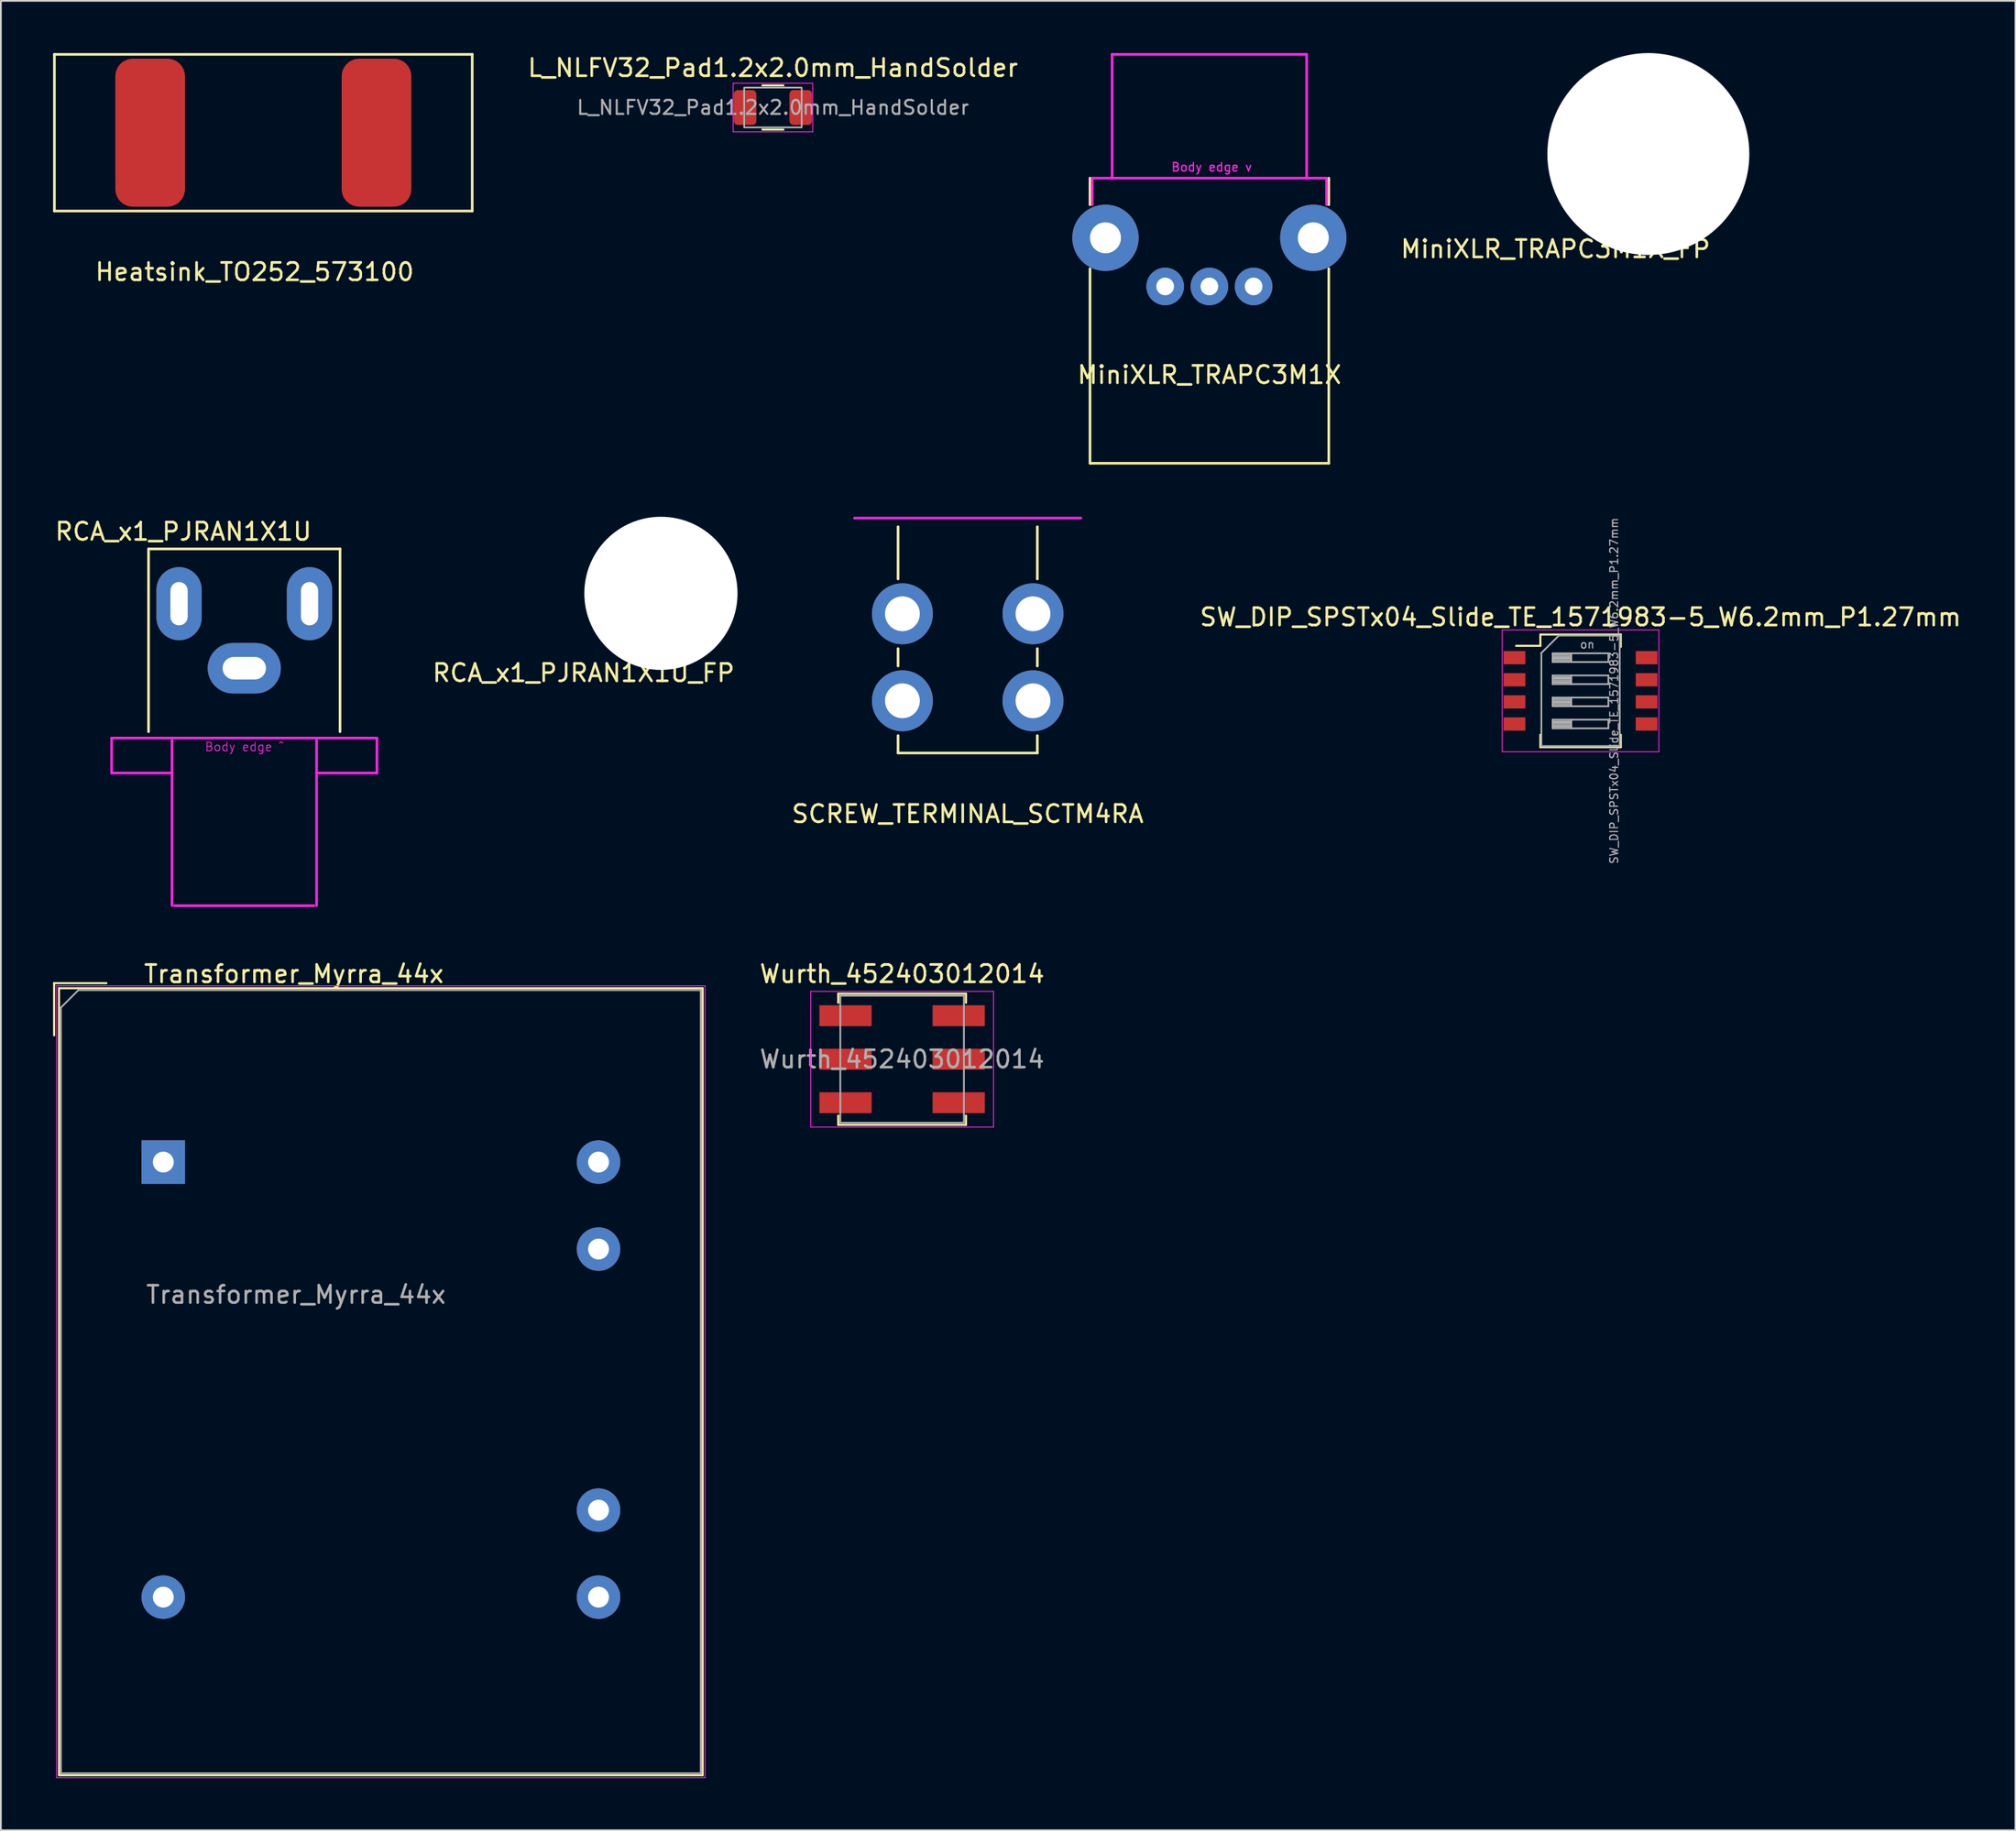
<source format=kicad_pcb>
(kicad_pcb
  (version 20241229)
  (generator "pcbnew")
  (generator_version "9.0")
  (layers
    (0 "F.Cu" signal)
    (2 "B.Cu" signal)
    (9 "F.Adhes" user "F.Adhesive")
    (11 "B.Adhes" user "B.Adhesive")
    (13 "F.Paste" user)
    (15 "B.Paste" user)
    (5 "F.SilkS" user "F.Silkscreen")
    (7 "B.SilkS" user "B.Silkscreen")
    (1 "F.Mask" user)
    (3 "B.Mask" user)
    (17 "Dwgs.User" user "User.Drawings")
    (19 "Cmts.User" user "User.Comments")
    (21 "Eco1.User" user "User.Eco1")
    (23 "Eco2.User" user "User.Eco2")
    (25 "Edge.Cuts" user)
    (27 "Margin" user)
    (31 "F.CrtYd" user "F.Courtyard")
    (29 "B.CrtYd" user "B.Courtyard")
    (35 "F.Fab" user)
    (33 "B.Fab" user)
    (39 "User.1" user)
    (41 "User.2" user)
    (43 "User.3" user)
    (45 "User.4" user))
  (footprint "SW_DIP_SPSTx04_Slide_TE_1571983-5_W6.2mm_P1.27mm"
    (layer "F.Cu")
    (at 87.736 36.647)
    (property "Reference" "SW_DIP_SPSTx04_Slide_TE_1571983-5_W6.2mm_P1.27mm" (at 0 -4.235 0) (layer "F.SilkS") (effects (font (size 1 1) (thickness 0.15))))
    (attr smd)
    (fp_line (start -3.7 -2.585) (end -2.309 -2.585) (stroke (width 0.12) (type solid)) (layer "F.SilkS"))
    (fp_line (start -2.309 -3.235) (end -2.309 -2.585) (stroke (width 0.12) (type solid)) (layer "F.SilkS"))
    (fp_line (start -2.309 -3.235) (end 2.31 -3.235) (stroke (width 0.12) (type solid)) (layer "F.SilkS"))
    (fp_line (start -2.309 2.525) (end -2.309 3.235) (stroke (width 0.12) (type solid)) (layer "F.SilkS"))
    (fp_line (start -2.309 3.235) (end 2.31 3.235) (stroke (width 0.12) (type solid)) (layer "F.SilkS"))
    (fp_line (start 2.31 -3.235) (end 2.31 -2.525) (stroke (width 0.12) (type solid)) (layer "F.SilkS"))
    (fp_line (start 2.31 2.525) (end 2.31 3.235) (stroke (width 0.12) (type solid)) (layer "F.SilkS"))
    (fp_line (start -4.5 -3.5) (end -4.5 3.5) (stroke (width 0.05) (type solid)) (layer "F.CrtYd"))
    (fp_line (start -4.5 3.5) (end 4.5 3.5) (stroke (width 0.05) (type solid)) (layer "F.CrtYd"))
    (fp_line (start 4.5 -3.5) (end -4.5 -3.5) (stroke (width 0.05) (type solid)) (layer "F.CrtYd"))
    (fp_line (start 4.5 3.5) (end 4.5 -3.5) (stroke (width 0.05) (type solid)) (layer "F.CrtYd"))
    (fp_line (start -2.25 -2.175) (end -1.25 -3.175) (stroke (width 0.1) (type solid)) (layer "F.Fab"))
    (fp_line (start -2.25 3.175) (end -2.25 -2.175) (stroke (width 0.1) (type solid)) (layer "F.Fab"))
    (fp_line (start -1.6 -2.155) (end -1.6 -1.655) (stroke (width 0.1) (type solid)) (layer "F.Fab"))
    (fp_line (start -1.6 -2.055) (end -0.533 -2.055) (stroke (width 0.1) (type solid)) (layer "F.Fab"))
    (fp_line (start -1.6 -1.955) (end -0.533 -1.955) (stroke (width 0.1) (type solid)) (layer "F.Fab"))
    (fp_line (start -1.6 -1.855) (end -0.533 -1.855) (stroke (width 0.1) (type solid)) (layer "F.Fab"))
    (fp_line (start -1.6 -1.755) (end -0.533 -1.755) (stroke (width 0.1) (type solid)) (layer "F.Fab"))
    (fp_line (start -1.6 -1.655) (end 1.6 -1.655) (stroke (width 0.1) (type solid)) (layer "F.Fab"))
    (fp_line (start -1.6 -0.885) (end -1.6 -0.385) (stroke (width 0.1) (type solid)) (layer "F.Fab"))
    (fp_line (start -1.6 -0.785) (end -0.533 -0.785) (stroke (width 0.1) (type solid)) (layer "F.Fab"))
    (fp_line (start -1.6 -0.685) (end -0.533 -0.685) (stroke (width 0.1) (type solid)) (layer "F.Fab"))
    (fp_line (start -1.6 -0.585) (end -0.533 -0.585) (stroke (width 0.1) (type solid)) (layer "F.Fab"))
    (fp_line (start -1.6 -0.485) (end -0.533 -0.485) (stroke (width 0.1) (type solid)) (layer "F.Fab"))
    (fp_line (start -1.6 -0.385) (end 1.6 -0.385) (stroke (width 0.1) (type solid)) (layer "F.Fab"))
    (fp_line (start -1.6 0.385) (end -1.6 0.885) (stroke (width 0.1) (type solid)) (layer "F.Fab"))
    (fp_line (start -1.6 0.485) (end -0.533 0.485) (stroke (width 0.1) (type solid)) (layer "F.Fab"))
    (fp_line (start -1.6 0.585) (end -0.533 0.585) (stroke (width 0.1) (type solid)) (layer "F.Fab"))
    (fp_line (start -1.6 0.685) (end -0.533 0.685) (stroke (width 0.1) (type solid)) (layer "F.Fab"))
    (fp_line (start -1.6 0.785) (end -0.533 0.785) (stroke (width 0.1) (type solid)) (layer "F.Fab"))
    (fp_line (start -1.6 0.885) (end 1.6 0.885) (stroke (width 0.1) (type solid)) (layer "F.Fab"))
    (fp_line (start -1.6 1.655) (end -1.6 2.155) (stroke (width 0.1) (type solid)) (layer "F.Fab"))
    (fp_line (start -1.6 1.755) (end -0.533 1.755) (stroke (width 0.1) (type solid)) (layer "F.Fab"))
    (fp_line (start -1.6 1.855) (end -0.533 1.855) (stroke (width 0.1) (type solid)) (layer "F.Fab"))
    (fp_line (start -1.6 1.955) (end -0.533 1.955) (stroke (width 0.1) (type solid)) (layer "F.Fab"))
    (fp_line (start -1.6 2.055) (end -0.533 2.055) (stroke (width 0.1) (type solid)) (layer "F.Fab"))
    (fp_line (start -1.6 2.155) (end 1.6 2.155) (stroke (width 0.1) (type solid)) (layer "F.Fab"))
    (fp_line (start -1.25 -3.175) (end 2.25 -3.175) (stroke (width 0.1) (type solid)) (layer "F.Fab"))
    (fp_line (start -0.533 -2.155) (end -0.533 -1.655) (stroke (width 0.1) (type solid)) (layer "F.Fab"))
    (fp_line (start -0.533 -0.885) (end -0.533 -0.385) (stroke (width 0.1) (type solid)) (layer "F.Fab"))
    (fp_line (start -0.533 0.385) (end -0.533 0.885) (stroke (width 0.1) (type solid)) (layer "F.Fab"))
    (fp_line (start -0.533 1.655) (end -0.533 2.155) (stroke (width 0.1) (type solid)) (layer "F.Fab"))
    (fp_line (start 1.6 -2.155) (end -1.6 -2.155) (stroke (width 0.1) (type solid)) (layer "F.Fab"))
    (fp_line (start 1.6 -1.655) (end 1.6 -2.155) (stroke (width 0.1) (type solid)) (layer "F.Fab"))
    (fp_line (start 1.6 -0.885) (end -1.6 -0.885) (stroke (width 0.1) (type solid)) (layer "F.Fab"))
    (fp_line (start 1.6 -0.385) (end 1.6 -0.885) (stroke (width 0.1) (type solid)) (layer "F.Fab"))
    (fp_line (start 1.6 0.385) (end -1.6 0.385) (stroke (width 0.1) (type solid)) (layer "F.Fab"))
    (fp_line (start 1.6 0.885) (end 1.6 0.385) (stroke (width 0.1) (type solid)) (layer "F.Fab"))
    (fp_line (start 1.6 1.655) (end -1.6 1.655) (stroke (width 0.1) (type solid)) (layer "F.Fab"))
    (fp_line (start 1.6 2.155) (end 1.6 1.655) (stroke (width 0.1) (type solid)) (layer "F.Fab"))
    (fp_line (start 2.25 -3.175) (end 2.25 3.175) (stroke (width 0.1) (type solid)) (layer "F.Fab"))
    (fp_line (start 2.25 3.175) (end -2.25 3.175) (stroke (width 0.1) (type solid)) (layer "F.Fab"))
    (fp_text user "${REFERENCE}" (at 1.925 0 90) (layer "F.Fab") (effects (font (size 0.455 0.455) (thickness 0.068))))
    (fp_text user "on" (at 0.388 -2.665 0) (layer "F.Fab") (effects (font (size 0.455 0.455) (thickness 0.068))))
    (pad "1" smd rect (at -3.795 -1.905) (size 1.25 0.76) (layers "F.Cu" "F.Mask" "F.Paste"))
    (pad "2" smd rect (at -3.795 -0.635) (size 1.25 0.76) (layers "F.Cu" "F.Mask" "F.Paste"))
    (pad "3" smd rect (at -3.795 0.635) (size 1.25 0.76) (layers "F.Cu" "F.Mask" "F.Paste"))
    (pad "4" smd rect (at -3.795 1.905) (size 1.25 0.76) (layers "F.Cu" "F.Mask" "F.Paste"))
    (pad "5" smd rect (at 3.795 1.905) (size 1.25 0.76) (layers "F.Cu" "F.Mask" "F.Paste"))
    (pad "6" smd rect (at 3.795 0.635) (size 1.25 0.76) (layers "F.Cu" "F.Mask" "F.Paste"))
    (pad "7" smd rect (at 3.795 -0.635) (size 1.25 0.76) (layers "F.Cu" "F.Mask" "F.Paste"))
    (pad "8" smd rect (at 3.795 -1.905) (size 1.25 0.76) (layers "F.Cu" "F.Mask" "F.Paste")))
  (footprint "Transformer_Myrra_44x"
    (layer "F.Cu")
    (at 6.33 63.727)
    (property "Reference" "Transformer_Myrra_44x" (at 7.5 -10.81 0) (layer "F.SilkS") (effects (font (size 1 1) (thickness 0.15))))
    (attr through_hole)
    (fp_line (start -6.27 -10.28) (end -6.27 -7.28) (stroke (width 0.12) (type solid)) (layer "F.SilkS"))
    (fp_line (start -5.99 -9.99) (end -5.99 35.23) (stroke (width 0.12) (type solid)) (layer "F.SilkS"))
    (fp_line (start -5.99 35.23) (end 30.98 35.23) (stroke (width 0.12) (type solid)) (layer "F.SilkS"))
    (fp_line (start -3.27 -10.28) (end -6.27 -10.28) (stroke (width 0.12) (type solid)) (layer "F.SilkS"))
    (fp_line (start 30.98 -9.99) (end -5.99 -9.99) (stroke (width 0.12) (type solid)) (layer "F.SilkS"))
    (fp_line (start 30.98 35.23) (end 30.98 -9.99) (stroke (width 0.12) (type solid)) (layer "F.SilkS"))
    (fp_line (start -6.13 -10.13) (end -6.13 35.37) (stroke (width 0.05) (type solid)) (layer "F.CrtYd"))
    (fp_line (start -6.13 35.37) (end 31.12 35.37) (stroke (width 0.05) (type solid)) (layer "F.CrtYd"))
    (fp_line (start 31.12 -10.13) (end -6.13 -10.13) (stroke (width 0.05) (type solid)) (layer "F.CrtYd"))
    (fp_line (start 31.12 35.37) (end 31.12 -10.13) (stroke (width 0.05) (type solid)) (layer "F.CrtYd"))
    (fp_line (start -5.88 35.12) (end -5.88 -8.88) (stroke (width 0.1) (type solid)) (layer "F.Fab"))
    (fp_line (start -4.88 -9.88) (end -5.88 -8.88) (stroke (width 0.1) (type solid)) (layer "F.Fab"))
    (fp_line (start -4.88 -9.88) (end 30.87 -9.88) (stroke (width 0.1) (type solid)) (layer "F.Fab"))
    (fp_line (start 30.87 -9.88) (end 30.87 35.12) (stroke (width 0.1) (type solid)) (layer "F.Fab"))
    (fp_line (start 30.87 35.12) (end -5.88 35.12) (stroke (width 0.1) (type solid)) (layer "F.Fab"))
    (fp_text user "${REFERENCE}" (at 7.62 7.62 0) (layer "F.Fab") (effects (font (size 1 1) (thickness 0.15))))
    (pad "1" thru_hole rect (at 0 0) (size 2.5 2.5) (drill 1.2) (layers "*.Cu" "*.Mask"))
    (pad "5" thru_hole circle (at 0 25) (size 2.5 2.5) (drill 1.2) (layers "*.Cu" "*.Mask"))
    (pad "6" thru_hole circle (at 25 25) (size 2.5 2.5) (drill 1.2) (layers "*.Cu" "*.Mask"))
    (pad "7" thru_hole circle (at 25 20) (size 2.5 2.5) (drill 1.2) (layers "*.Cu" "*.Mask"))
    (pad "9" thru_hole circle (at 25 5) (size 2.5 2.5) (drill 1.2) (layers "*.Cu" "*.Mask"))
    (pad "10" thru_hole circle (at 25 0) (size 2.5 2.5) (drill 1.2) (layers "*.Cu" "*.Mask")))
  (footprint "SCREW_TERMINAL_SCTM4RA"
    (layer "F.Cu")
    (at 52.534 37.22)
    (property "Reference" "SCREW_TERMINAL_SCTM4RA" (at 0 6.5 0) (layer "F.SilkS") (effects (font (size 1 1) (thickness 0.15))))
    (attr through_hole)
    (fp_line (start -4 -7) (end -4 -10) (stroke (width 0.15) (type solid)) (layer "F.SilkS"))
    (fp_line (start -4 -2) (end -4 -3) (stroke (width 0.15) (type solid)) (layer "F.SilkS"))
    (fp_line (start -4 2) (end -4 3) (stroke (width 0.15) (type solid)) (layer "F.SilkS"))
    (fp_line (start -4 3) (end 4 3) (stroke (width 0.15) (type solid)) (layer "F.SilkS"))
    (fp_line (start 4 -7) (end 4 -10) (stroke (width 0.15) (type solid)) (layer "F.SilkS"))
    (fp_line (start 4 -2) (end 4 -3) (stroke (width 0.15) (type solid)) (layer "F.SilkS"))
    (fp_line (start 4 3) (end 4 2) (stroke (width 0.15) (type solid)) (layer "F.SilkS"))
    (fp_line (start -6.5 -10.5) (end 6.5 -10.5) (stroke (width 0.15) (type solid)) (layer "F.CrtYd"))
    (pad "1" thru_hole circle (at -3.75 -5) (size 3.5 3.5) (drill 2) (layers "*.Cu" "*.Mask"))
    (pad "1" thru_hole circle (at -3.75 0) (size 3.5 3.5) (drill 2) (layers "*.Cu" "*.Mask"))
    (pad "1" thru_hole circle (at 3.75 -5) (size 3.5 3.5) (drill 2) (layers "*.Cu" "*.Mask"))
    (pad "1" thru_hole circle (at 3.75 0) (size 3.5 3.5) (drill 2) (layers "*.Cu" "*.Mask")))
  (footprint "Wurth_452403012014"
    (layer "F.Cu")
    (at 48.767 57.816)
    (property "Reference" "Wurth_452403012014" (at 0 -4.9 0) (layer "F.SilkS") (effects (font (size 1 1) (thickness 0.15))))
    (attr smd)
    (fp_line (start -3.67 -3.77) (end 3.67 -3.77) (stroke (width 0.12) (type solid)) (layer "F.SilkS"))
    (fp_line (start -3.67 -3.24) (end -3.67 -3.77) (stroke (width 0.12) (type solid)) (layer "F.SilkS"))
    (fp_line (start -3.67 3.24) (end -3.67 3.77) (stroke (width 0.12) (type solid)) (layer "F.SilkS"))
    (fp_line (start -3.67 3.77) (end 3.67 3.77) (stroke (width 0.12) (type solid)) (layer "F.SilkS"))
    (fp_line (start 3.67 -3.77) (end 3.67 -3.24) (stroke (width 0.12) (type solid)) (layer "F.SilkS"))
    (fp_line (start 3.67 3.77) (end 3.67 3.24) (stroke (width 0.12) (type solid)) (layer "F.SilkS"))
    (fp_line (start -5.25 -3.9) (end -5.25 3.9) (stroke (width 0.05) (type solid)) (layer "F.CrtYd"))
    (fp_line (start -5.25 3.9) (end 5.25 3.9) (stroke (width 0.05) (type solid)) (layer "F.CrtYd"))
    (fp_line (start 5.25 -3.9) (end -5.25 -3.9) (stroke (width 0.05) (type solid)) (layer "F.CrtYd"))
    (fp_line (start 5.25 3.9) (end 5.25 -3.9) (stroke (width 0.05) (type solid)) (layer "F.CrtYd"))
    (fp_line (start -3.55 -3.65) (end 3.55 -3.65) (stroke (width 0.1) (type solid)) (layer "F.Fab"))
    (fp_line (start -3.55 3.65) (end -3.55 -3.65) (stroke (width 0.1) (type solid)) (layer "F.Fab"))
    (fp_line (start 3.55 -3.65) (end 3.55 3.65) (stroke (width 0.1) (type solid)) (layer "F.Fab"))
    (fp_line (start 3.55 3.65) (end -3.55 3.65) (stroke (width 0.1) (type solid)) (layer "F.Fab"))
    (fp_text user "${REFERENCE}" (at 0 0 0) (layer "F.Fab") (effects (font (size 1 1) (thickness 0.15))))
    (pad "1" smd rect (at -3.25 2.5) (size 3 1.2) (layers "F.Cu" "F.Mask" "F.Paste"))
    (pad "2" smd rect (at -3.25 0) (size 3 1.2) (layers "F.Cu" "F.Mask" "F.Paste"))
    (pad "3" smd rect (at -3.25 -2.5) (size 3 1.2) (layers "F.Cu" "F.Mask" "F.Paste"))
    (pad "4" smd rect (at 3.25 2.5) (size 3 1.2) (layers "F.Cu" "F.Mask" "F.Paste"))
    (pad "5" smd rect (at 3.25 0) (size 3 1.2) (layers "F.Cu" "F.Mask" "F.Paste"))
    (pad "6" smd rect (at 3.25 -2.5) (size 3 1.2) (layers "F.Cu" "F.Mask" "F.Paste")))
  (footprint "MiniXLR_TRAPC3M1X_FP"
    (layer "F.Cu")
    (at 91.631 5.8)
    (property "Reference" "MiniXLR_TRAPC3M1X_FP" (at -5.334 5.461 0) (layer "F.SilkS") (effects (font (size 1 1) (thickness 0.15))))
    (attr through_hole)
    (pad "" np_thru_hole circle (at 0 0) (size 11.6 11.6) (drill 11.6) (layers "*.Cu" "*.Mask")))
  (footprint "Heatsink_TO252_573100"
    (layer "F.Cu")
    (at 12.075 4.575)
    (property "Reference" "Heatsink_TO252_573100" (at -0.5 8 0) (layer "F.SilkS") (effects (font (size 1 1) (thickness 0.15))))
    (attr through_hole)
    (fp_line (start -12 -4.5) (end 12 -4.5) (stroke (width 0.15) (type solid)) (layer "F.SilkS"))
    (fp_line (start -12 4.5) (end -12 -4.5) (stroke (width 0.15) (type solid)) (layer "F.SilkS"))
    (fp_line (start 12 -4.5) (end 12 4.5) (stroke (width 0.15) (type solid)) (layer "F.SilkS"))
    (fp_line (start 12 4.5) (end -12 4.5) (stroke (width 0.15) (type solid)) (layer "F.SilkS"))
    (pad "1" smd roundrect (at -6.5 0) (size 4 8.5) (layers "F.Cu" "F.Mask" "F.Paste") (roundrect_rratio 0.25))
    (pad "1" smd roundrect (at 6.5 0) (size 4 8.5) (layers "F.Cu" "F.Mask" "F.Paste") (roundrect_rratio 0.25)))
  (footprint "L_NLFV32_Pad1.2x2.0mm_HandSolder"
    (layer "F.Cu")
    (at 41.346 3.128)
    (property "Reference" "L_NLFV32_Pad1.2x2.0mm_HandSolder" (at 0 -2.28 0) (layer "F.SilkS") (effects (font (size 1 1) (thickness 0.15))))
    (attr smd)
    (fp_line (start -0.602 -1.27) (end 0.602 -1.27) (stroke (width 0.12) (type solid)) (layer "F.SilkS"))
    (fp_line (start -0.602 1.27) (end 0.602 1.27) (stroke (width 0.12) (type solid)) (layer "F.SilkS"))
    (fp_line (start -2.286 -1.397) (end 2.286 -1.397) (stroke (width 0.05) (type solid)) (layer "F.CrtYd"))
    (fp_line (start -2.286 1.397) (end -2.286 -1.397) (stroke (width 0.05) (type solid)) (layer "F.CrtYd"))
    (fp_line (start 2.286 -1.397) (end 2.286 1.397) (stroke (width 0.05) (type solid)) (layer "F.CrtYd"))
    (fp_line (start 2.286 1.397) (end -2.286 1.397) (stroke (width 0.05) (type solid)) (layer "F.CrtYd"))
    (fp_line (start -1.651 1.143) (end -1.651 -1.143) (stroke (width 0.1) (type solid)) (layer "F.Fab"))
    (fp_line (start -1.6 -1.143) (end 1.6 -1.143) (stroke (width 0.1) (type solid)) (layer "F.Fab"))
    (fp_line (start 1.6 1.143) (end -1.6 1.143) (stroke (width 0.1) (type solid)) (layer "F.Fab"))
    (fp_line (start 1.651 -1.143) (end 1.651 1.143) (stroke (width 0.1) (type solid)) (layer "F.Fab"))
    (fp_text user "${REFERENCE}" (at 0 0 0) (layer "F.Fab") (effects (font (size 0.8 0.8) (thickness 0.12))))
    (pad "1" smd roundrect (at -1.6 0) (size 1.3 2) (layers "F.Cu" "F.Mask" "F.Paste") (roundrect_rratio 0.175))
    (pad "2" smd roundrect (at 1.6 0) (size 1.3 2) (layers "F.Cu" "F.Mask" "F.Paste") (roundrect_rratio 0.175)))
  (footprint "MiniXLR_TRAPC3M1X"
    (layer "F.Cu")
    (at 66.417 10.616)
    (property "Reference" "MiniXLR_TRAPC3M1X" (at 0 7.874 0) (layer "F.SilkS") (effects (font (size 1 1) (thickness 0.15))))
    (attr through_hole)
    (fp_line (start -6.858 -3.429) (end -6.858 -1.905) (stroke (width 0.15) (type solid)) (layer "F.SilkS"))
    (fp_line (start -6.858 1.778) (end -6.858 12.954) (stroke (width 0.15) (type solid)) (layer "F.SilkS"))
    (fp_line (start -6.858 12.954) (end 6.858 12.954) (stroke (width 0.15) (type solid)) (layer "F.SilkS"))
    (fp_line (start 6.858 -3.429) (end 6.858 -1.905) (stroke (width 0.15) (type solid)) (layer "F.SilkS"))
    (fp_line (start 6.858 1.778) (end 6.858 12.954) (stroke (width 0.15) (type solid)) (layer "F.SilkS"))
    (fp_line (start -6.731 -3.429) (end -6.731 -1.905) (stroke (width 0.15) (type solid)) (layer "F.CrtYd"))
    (fp_line (start -5.588 -10.541) (end 5.588 -10.541) (stroke (width 0.15) (type solid)) (layer "F.CrtYd"))
    (fp_line (start -5.588 -3.429) (end -5.588 -10.541) (stroke (width 0.15) (type solid)) (layer "F.CrtYd"))
    (fp_line (start 5.588 -10.541) (end 5.588 -3.429) (stroke (width 0.15) (type solid)) (layer "F.CrtYd"))
    (fp_line (start 6.731 -3.429) (end -6.731 -3.429) (stroke (width 0.15) (type solid)) (layer "F.CrtYd"))
    (fp_line (start 6.731 -3.429) (end 6.731 -1.905) (stroke (width 0.15) (type solid)) (layer "F.CrtYd"))
    (fp_text user "Body edge v" (at 0.127 -4.064 0) (layer "F.CrtYd") (effects (font (size 0.492 0.492) (thickness 0.074))))
    (pad "" thru_hole circle (at -5.969 0) (size 3.81 3.81) (drill 1.778) (layers "*.Cu" "*.Mask"))
    (pad "" thru_hole circle (at 5.969 0) (size 3.81 3.81) (drill 1.778) (layers "*.Cu" "*.Mask"))
    (pad "1" thru_hole circle (at 2.54 2.794) (size 2.159 2.159) (drill 1.016) (layers "*.Cu" "*.Mask"))
    (pad "2" thru_hole circle (at 0 2.794) (size 2.159 2.159) (drill 1.016) (layers "*.Cu" "*.Mask"))
    (pad "3" thru_hole circle (at -2.54 2.794) (size 2.159 2.159) (drill 1.016) (layers "*.Cu" "*.Mask")))
  (footprint "RCA_x1_PJRAN1X1U"
    (layer "F.Cu")
    (at 10.982 39.361)
    (property "Reference" "RCA_x1_PJRAN1X1U" (at -3.5 -11.867 0) (layer "F.SilkS") (effects (font (size 1 1) (thickness 0.15))))
    (attr through_hole)
    (fp_line (start -5.5 -10.867) (end -5.5 -0.367) (stroke (width 0.15) (type solid)) (layer "F.SilkS"))
    (fp_line (start 5.5 -10.867) (end -5.5 -10.867) (stroke (width 0.15) (type solid)) (layer "F.SilkS"))
    (fp_line (start 5.5 -0.367) (end 5.5 -10.867) (stroke (width 0.15) (type solid)) (layer "F.SilkS"))
    (fp_line (start -7.62 0) (end -7.62 2.007) (stroke (width 0.15) (type solid)) (layer "F.CrtYd"))
    (fp_line (start -7.62 0) (end 7.62 0) (stroke (width 0.15) (type solid)) (layer "F.CrtYd"))
    (fp_line (start -7.62 2.007) (end -4.153 2.007) (stroke (width 0.15) (type solid)) (layer "F.CrtYd"))
    (fp_line (start -4.153 0.133) (end -4.153 9.627) (stroke (width 0.15) (type solid)) (layer "F.CrtYd"))
    (fp_line (start -4 9.633) (end 4 9.633) (stroke (width 0.15) (type solid)) (layer "F.CrtYd"))
    (fp_line (start 4.153 0.133) (end 4.153 9.627) (stroke (width 0.15) (type solid)) (layer "F.CrtYd"))
    (fp_line (start 4.153 2.007) (end 7.62 2.007) (stroke (width 0.15) (type solid)) (layer "F.CrtYd"))
    (fp_line (start 7.62 0) (end 7.62 2.007) (stroke (width 0.15) (type solid)) (layer "F.CrtYd"))
    (fp_text user "Body edge ^" (at 0 0.508 0) (layer "F.CrtYd") (effects (font (size 0.492 0.492) (thickness 0.048))))
    (pad "1" thru_hole oval (at 0 -4.013 90) (size 2.9 4.2) (drill oval 1.295 2.489) (layers "*.Cu" "*.Mask"))
    (pad "2" thru_hole oval (at -3.747 -7.722) (size 2.6 4.2) (drill oval 0.991 2.489) (layers "*.Cu" "*.Mask"))
    (pad "3" thru_hole oval (at 3.747 -7.722) (size 2.6 4.2) (drill oval 0.991 2.489) (layers "*.Cu" "*.Mask")))
  (footprint "RCA_x1_PJRAN1X1U_FP"
    (layer "F.Cu")
    (at 34.914 31.045)
    (property "Reference" "RCA_x1_PJRAN1X1U_FP" (at -4.445 4.572 0) (layer "F.SilkS") (effects (font (size 1 1) (thickness 0.15))))
    (attr through_hole)
    (pad "" np_thru_hole circle (at 0 0) (size 8.8 8.8) (drill 8.8) (layers "*.Cu" "*.Mask")))
  (gr_rect
    (start -3 -3)
    (end 112.719 102.121)
    (stroke (width 0.1) (type default))
    (fill no)
    (layer "Edge.Cuts")))
</source>
